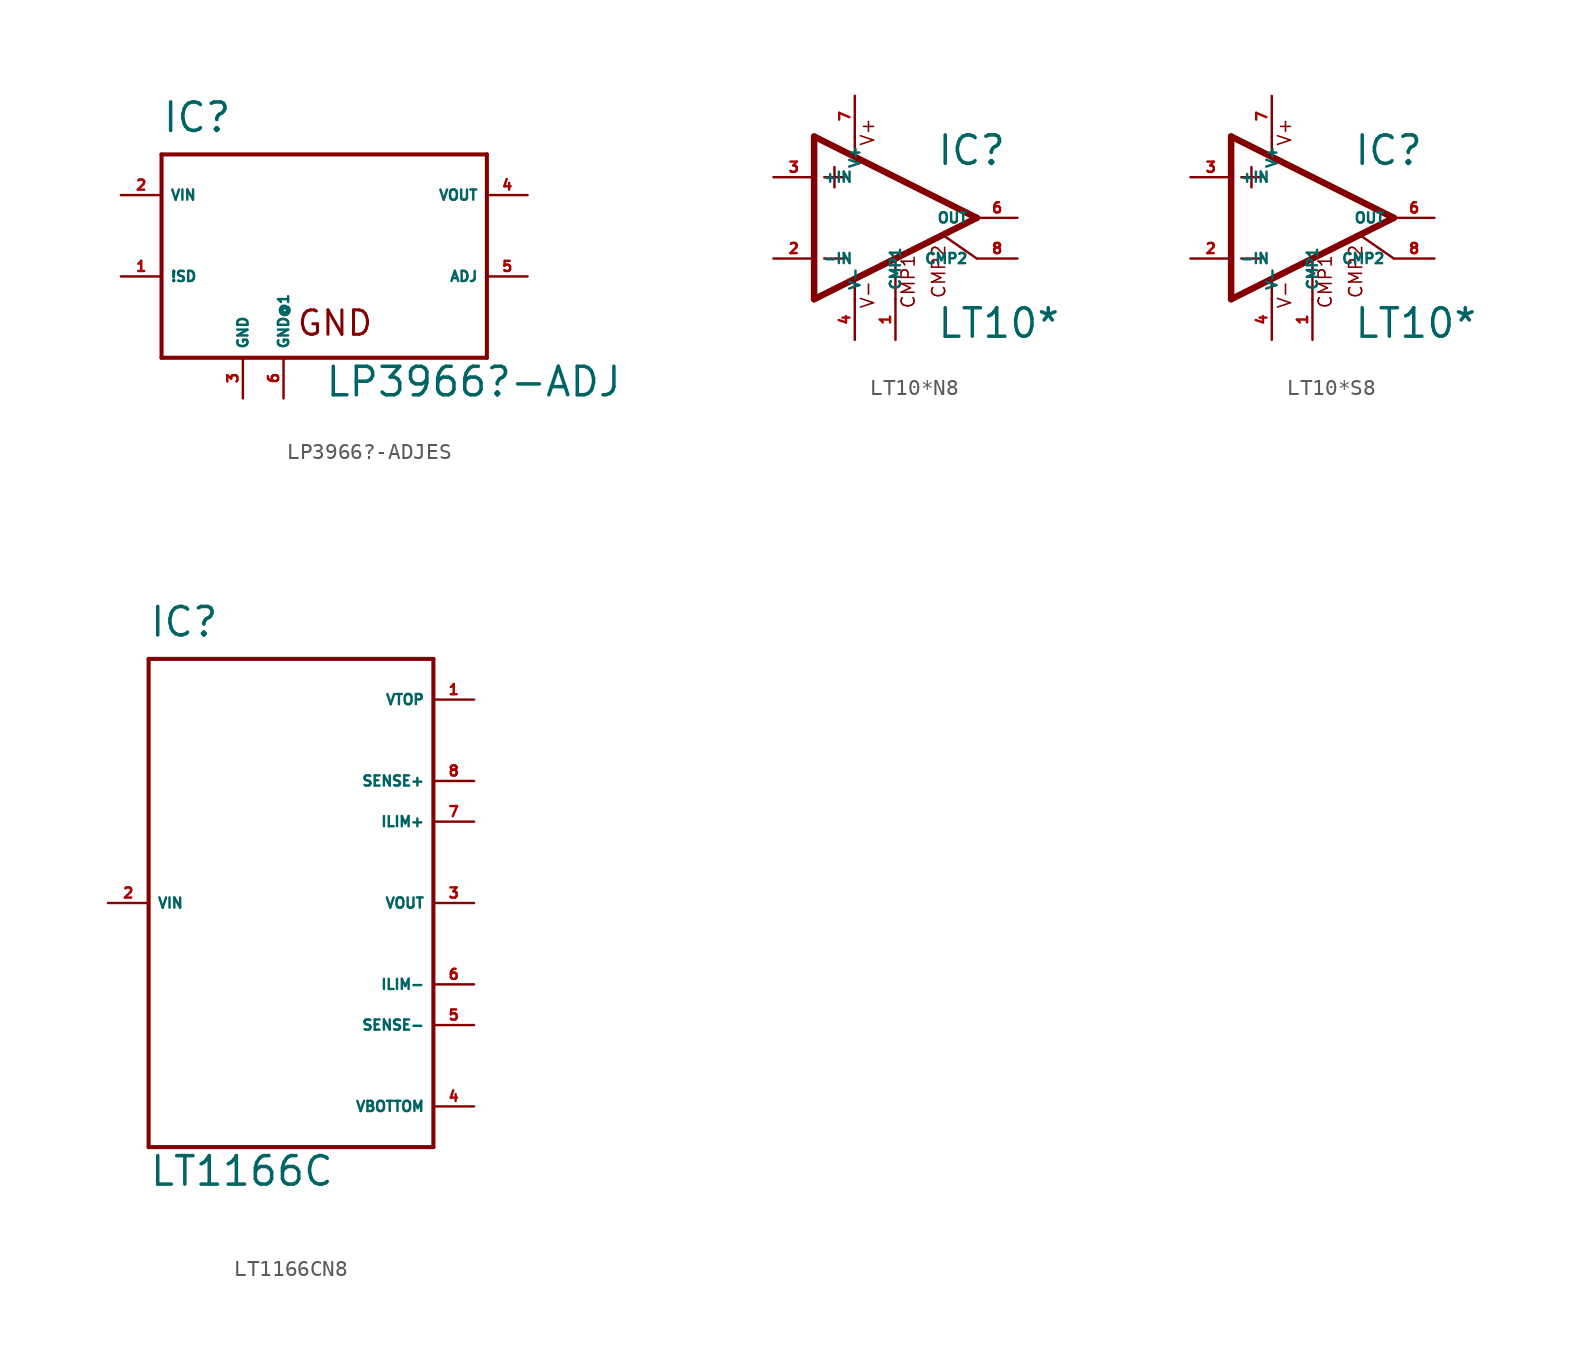
<source format=kicad_sym>
(kicad_symbol_lib
  (version 20220914)
  (generator Eagle2Kicad)
  (symbol "LP3966?-ADJES"
    (property "Reference" "IC"
      (at -10.16 6.35 0)
      (effects (font (size 1.778 1.778) (thickness 0.22)) (justify left bottom)))
    (property "Value" "LP3966?-ADJ"
      (at 0 -10.16 0)
      (effects (font (size 1.778 1.778) (thickness 0.22)) (justify left bottom)))
    (polyline
      (pts (xy -10.16 -7.62) (xy 10.16 -7.62))
      (stroke (width 0.254) (type default))
      (fill (type none)))
    (polyline
      (pts (xy 10.16 -7.62) (xy 10.16 5.08))
      (stroke (width 0.254) (type default))
      (fill (type none)))
    (polyline
      (pts (xy 10.16 5.08) (xy -10.16 5.08))
      (stroke (width 0.254) (type default))
      (fill (type none)))
    (polyline
      (pts (xy -10.16 5.08) (xy -10.16 -7.62))
      (stroke (width 0.254) (type default))
      (fill (type none)))
    (text "GND"
      (at -1.778 -6.35 0)
      (effects (font (size 1.524 1.524) (thickness 0.19)) (justify left bottom)))
    (pin input line
      (at 12.7 2.54 180)
      (length 2.54)
      (name "VOUT" (effects (font (size 0.635 0.635) (thickness 0.08)) (justify left bottom)))
      (number "4" (effects (font (size 0.635 0.635) (thickness 0.08)) (justify left bottom))))
    (pin input line
      (at -12.7 -2.54 0)
      (length 2.54)
      (name "!SD" (effects (font (size 0.635 0.635) (thickness 0.08)) (justify left bottom)))
      (number "1" (effects (font (size 0.635 0.635) (thickness 0.08)) (justify left bottom))))
    (pin input line
      (at -12.7 2.54 0)
      (length 2.54)
      (name "VIN" (effects (font (size 0.635 0.635) (thickness 0.08)) (justify left bottom)))
      (number "2" (effects (font (size 0.635 0.635) (thickness 0.08)) (justify left bottom))))
    (pin input line
      (at 12.7 -2.54 180)
      (length 2.54)
      (name "ADJ" (effects (font (size 0.635 0.635) (thickness 0.08)) (justify left bottom)))
      (number "5" (effects (font (size 0.635 0.635) (thickness 0.08)) (justify left bottom))))
    (pin unspecified line
      (at -5.08 -10.16 90)
      (length 2.54)
      (name "GND" (effects (font (size 0.635 0.635) (thickness 0.08)) (justify left bottom)))
      (number "3" (effects (font (size 0.635 0.635) (thickness 0.08)) (justify left bottom))))
    (pin unspecified line
      (at -2.54 -10.16 90)
      (length 2.54)
      (name "GND@1" (effects (font (size 0.635 0.635) (thickness 0.08)) (justify left bottom)))
      (number "6" (effects (font (size 0.635 0.635) (thickness 0.08)) (justify left bottom)))))
  (symbol "LT10*N8"
    (property "Reference" "IC"
      (at 2.54 3.175 0)
      (effects (font (size 1.778 1.778) (thickness 0.22)) (justify left bottom)))
    (property "Value" "LT10*"
      (at 2.54 -7.62 0)
      (effects (font (size 1.778 1.778) (thickness 0.22)) (justify left bottom)))
    (polyline
      (pts (xy 0 -2.616) (xy 0 -5.08))
      (stroke (width 0.152) (type default))
      (fill (type none)))
    (polyline
      (pts (xy -2.54 5.08) (xy -2.54 3.886))
      (stroke (width 0.152) (type default))
      (fill (type none)))
    (polyline
      (pts (xy -5.08 5.08) (xy -5.08 -5.08))
      (stroke (width 0.406) (type default))
      (fill (type none)))
    (polyline
      (pts (xy -5.08 -5.08) (xy 5.08 0))
      (stroke (width 0.406) (type default))
      (fill (type none)))
    (polyline
      (pts (xy 5.08 0) (xy -5.08 5.08))
      (stroke (width 0.406) (type default))
      (fill (type none)))
    (polyline
      (pts (xy -3.81 3.175) (xy -3.81 1.905))
      (stroke (width 0.152) (type default))
      (fill (type none)))
    (polyline
      (pts (xy -4.445 2.54) (xy -3.175 2.54))
      (stroke (width 0.152) (type default))
      (fill (type none)))
    (polyline
      (pts (xy -4.445 -2.54) (xy -3.175 -2.54))
      (stroke (width 0.152) (type default))
      (fill (type none)))
    (polyline
      (pts (xy 5.08 -2.54) (xy 3.023 -1.118))
      (stroke (width 0.152) (type default))
      (fill (type none)))
    (polyline
      (pts (xy -2.54 -3.886) (xy -2.54 -5.08))
      (stroke (width 0.152) (type default))
      (fill (type none)))
    (text "CMP1"
      (at 1.27 -5.715 900)
      (effects (font (size 0.813 0.813) (thickness 0.10)) (justify left bottom)))
    (text "CMP2"
      (at 3.175 -5.08 900)
      (effects (font (size 0.813 0.813) (thickness 0.10)) (justify left bottom)))
    (text "V+"
      (at -1.27 4.445 900)
      (effects (font (size 0.813 0.813) (thickness 0.10)) (justify left bottom)))
    (text "V-"
      (at -1.27 -5.715 900)
      (effects (font (size 0.813 0.813) (thickness 0.10)) (justify left bottom)))
    (pin passive line
      (at 0 -7.62 90)
      (length 2.54)
      (name "CMP1" (effects (font (size 0.635 0.635) (thickness 0.08)) (justify left bottom)))
      (number "1" (effects (font (size 0.635 0.635) (thickness 0.08)) (justify left bottom))))
    (pin input line
      (at -7.62 -2.54 0)
      (length 2.54)
      (name "-IN" (effects (font (size 0.635 0.635) (thickness 0.08)) (justify left bottom)))
      (number "2" (effects (font (size 0.635 0.635) (thickness 0.08)) (justify left bottom))))
    (pin input line
      (at -7.62 2.54 0)
      (length 2.54)
      (name "+IN" (effects (font (size 0.635 0.635) (thickness 0.08)) (justify left bottom)))
      (number "3" (effects (font (size 0.635 0.635) (thickness 0.08)) (justify left bottom))))
    (pin passive line
      (at 7.62 -2.54 180)
      (length 2.54)
      (name "CMP2" (effects (font (size 0.635 0.635) (thickness 0.08)) (justify left bottom)))
      (number "8" (effects (font (size 0.635 0.635) (thickness 0.08)) (justify left bottom))))
    (pin output line
      (at 7.62 0 180)
      (length 2.54)
      (name "OUT" (effects (font (size 0.635 0.635) (thickness 0.08)) (justify left bottom)))
      (number "6" (effects (font (size 0.635 0.635) (thickness 0.08)) (justify left bottom))))
    (pin unspecified line
      (at -2.54 7.62 270)
      (length 2.54)
      (name "V+" (effects (font (size 0.635 0.635) (thickness 0.08)) (justify left bottom)))
      (number "7" (effects (font (size 0.635 0.635) (thickness 0.08)) (justify left bottom))))
    (pin unspecified line
      (at -2.54 -7.62 90)
      (length 2.54)
      (name "V-" (effects (font (size 0.635 0.635) (thickness 0.08)) (justify left bottom)))
      (number "4" (effects (font (size 0.635 0.635) (thickness 0.08)) (justify left bottom)))))
  (symbol "LT10*S8"
    (property "Reference" "IC"
      (at 2.54 3.175 0)
      (effects (font (size 1.778 1.778) (thickness 0.22)) (justify left bottom)))
    (property "Value" "LT10*"
      (at 2.54 -7.62 0)
      (effects (font (size 1.778 1.778) (thickness 0.22)) (justify left bottom)))
    (polyline
      (pts (xy 0 -2.616) (xy 0 -5.08))
      (stroke (width 0.152) (type default))
      (fill (type none)))
    (polyline
      (pts (xy -2.54 5.08) (xy -2.54 3.886))
      (stroke (width 0.152) (type default))
      (fill (type none)))
    (polyline
      (pts (xy -5.08 5.08) (xy -5.08 -5.08))
      (stroke (width 0.406) (type default))
      (fill (type none)))
    (polyline
      (pts (xy -5.08 -5.08) (xy 5.08 0))
      (stroke (width 0.406) (type default))
      (fill (type none)))
    (polyline
      (pts (xy 5.08 0) (xy -5.08 5.08))
      (stroke (width 0.406) (type default))
      (fill (type none)))
    (polyline
      (pts (xy -3.81 3.175) (xy -3.81 1.905))
      (stroke (width 0.152) (type default))
      (fill (type none)))
    (polyline
      (pts (xy -4.445 2.54) (xy -3.175 2.54))
      (stroke (width 0.152) (type default))
      (fill (type none)))
    (polyline
      (pts (xy -4.445 -2.54) (xy -3.175 -2.54))
      (stroke (width 0.152) (type default))
      (fill (type none)))
    (polyline
      (pts (xy 5.08 -2.54) (xy 3.023 -1.118))
      (stroke (width 0.152) (type default))
      (fill (type none)))
    (polyline
      (pts (xy -2.54 -3.886) (xy -2.54 -5.08))
      (stroke (width 0.152) (type default))
      (fill (type none)))
    (text "CMP1"
      (at 1.27 -5.715 900)
      (effects (font (size 0.813 0.813) (thickness 0.10)) (justify left bottom)))
    (text "CMP2"
      (at 3.175 -5.08 900)
      (effects (font (size 0.813 0.813) (thickness 0.10)) (justify left bottom)))
    (text "V+"
      (at -1.27 4.445 900)
      (effects (font (size 0.813 0.813) (thickness 0.10)) (justify left bottom)))
    (text "V-"
      (at -1.27 -5.715 900)
      (effects (font (size 0.813 0.813) (thickness 0.10)) (justify left bottom)))
    (pin passive line
      (at 0 -7.62 90)
      (length 2.54)
      (name "CMP1" (effects (font (size 0.635 0.635) (thickness 0.08)) (justify left bottom)))
      (number "1" (effects (font (size 0.635 0.635) (thickness 0.08)) (justify left bottom))))
    (pin input line
      (at -7.62 -2.54 0)
      (length 2.54)
      (name "-IN" (effects (font (size 0.635 0.635) (thickness 0.08)) (justify left bottom)))
      (number "2" (effects (font (size 0.635 0.635) (thickness 0.08)) (justify left bottom))))
    (pin input line
      (at -7.62 2.54 0)
      (length 2.54)
      (name "+IN" (effects (font (size 0.635 0.635) (thickness 0.08)) (justify left bottom)))
      (number "3" (effects (font (size 0.635 0.635) (thickness 0.08)) (justify left bottom))))
    (pin passive line
      (at 7.62 -2.54 180)
      (length 2.54)
      (name "CMP2" (effects (font (size 0.635 0.635) (thickness 0.08)) (justify left bottom)))
      (number "8" (effects (font (size 0.635 0.635) (thickness 0.08)) (justify left bottom))))
    (pin output line
      (at 7.62 0 180)
      (length 2.54)
      (name "OUT" (effects (font (size 0.635 0.635) (thickness 0.08)) (justify left bottom)))
      (number "6" (effects (font (size 0.635 0.635) (thickness 0.08)) (justify left bottom))))
    (pin unspecified line
      (at -2.54 7.62 270)
      (length 2.54)
      (name "V+" (effects (font (size 0.635 0.635) (thickness 0.08)) (justify left bottom)))
      (number "7" (effects (font (size 0.635 0.635) (thickness 0.08)) (justify left bottom))))
    (pin unspecified line
      (at -2.54 -7.62 90)
      (length 2.54)
      (name "V-" (effects (font (size 0.635 0.635) (thickness 0.08)) (justify left bottom)))
      (number "4" (effects (font (size 0.635 0.635) (thickness 0.08)) (justify left bottom)))))
  (symbol "LT1166CN8"
    (property "Reference" "IC"
      (at -7.62 16.51 0)
      (effects (font (size 1.778 1.778) (thickness 0.22)) (justify left bottom)))
    (property "Value" "LT1166C"
      (at -7.62 -17.78 0)
      (effects (font (size 1.778 1.778) (thickness 0.22)) (justify left bottom)))
    (polyline
      (pts (xy -7.62 15.24) (xy 10.16 15.24))
      (stroke (width 0.254) (type default))
      (fill (type none)))
    (polyline
      (pts (xy 10.16 15.24) (xy 10.16 -15.24))
      (stroke (width 0.254) (type default))
      (fill (type none)))
    (polyline
      (pts (xy 10.16 -15.24) (xy -7.62 -15.24))
      (stroke (width 0.254) (type default))
      (fill (type none)))
    (polyline
      (pts (xy -7.62 -15.24) (xy -7.62 15.24))
      (stroke (width 0.254) (type default))
      (fill (type none)))
    (pin input line
      (at -10.16 0 0)
      (length 2.54)
      (name "VIN" (effects (font (size 0.635 0.635) (thickness 0.08)) (justify left bottom)))
      (number "2" (effects (font (size 0.635 0.635) (thickness 0.08)) (justify left bottom))))
    (pin input line
      (at 12.7 12.7 180)
      (length 2.54)
      (name "VTOP" (effects (font (size 0.635 0.635) (thickness 0.08)) (justify left bottom)))
      (number "1" (effects (font (size 0.635 0.635) (thickness 0.08)) (justify left bottom))))
    (pin input line
      (at 12.7 -12.7 180)
      (length 2.54)
      (name "VBOTTOM" (effects (font (size 0.635 0.635) (thickness 0.08)) (justify left bottom)))
      (number "4" (effects (font (size 0.635 0.635) (thickness 0.08)) (justify left bottom))))
    (pin input line
      (at 12.7 7.62 180)
      (length 2.54)
      (name "SENSE+" (effects (font (size 0.635 0.635) (thickness 0.08)) (justify left bottom)))
      (number "8" (effects (font (size 0.635 0.635) (thickness 0.08)) (justify left bottom))))
    (pin input line
      (at 12.7 -7.62 180)
      (length 2.54)
      (name "SENSE-" (effects (font (size 0.635 0.635) (thickness 0.08)) (justify left bottom)))
      (number "5" (effects (font (size 0.635 0.635) (thickness 0.08)) (justify left bottom))))
    (pin input line
      (at 12.7 5.08 180)
      (length 2.54)
      (name "ILIM+" (effects (font (size 0.635 0.635) (thickness 0.08)) (justify left bottom)))
      (number "7" (effects (font (size 0.635 0.635) (thickness 0.08)) (justify left bottom))))
    (pin input line
      (at 12.7 -5.08 180)
      (length 2.54)
      (name "ILIM-" (effects (font (size 0.635 0.635) (thickness 0.08)) (justify left bottom)))
      (number "6" (effects (font (size 0.635 0.635) (thickness 0.08)) (justify left bottom))))
    (pin output line
      (at 12.7 0 180)
      (length 2.54)
      (name "VOUT" (effects (font (size 0.635 0.635) (thickness 0.08)) (justify left bottom)))
      (number "3" (effects (font (size 0.635 0.635) (thickness 0.08)) (justify left bottom))))))
</source>
